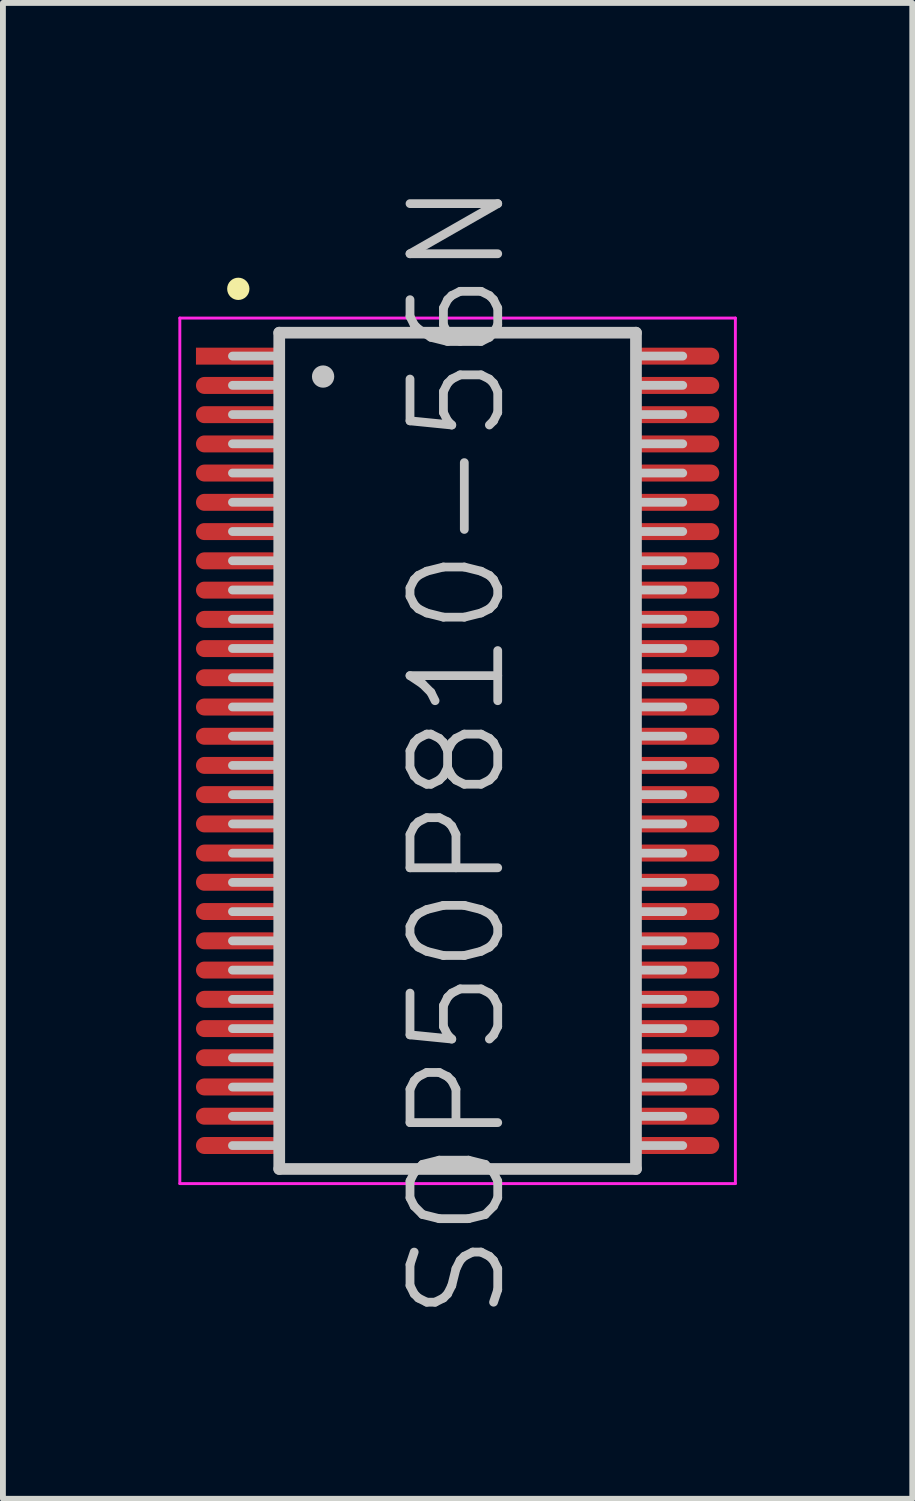
<source format=kicad_pcb>
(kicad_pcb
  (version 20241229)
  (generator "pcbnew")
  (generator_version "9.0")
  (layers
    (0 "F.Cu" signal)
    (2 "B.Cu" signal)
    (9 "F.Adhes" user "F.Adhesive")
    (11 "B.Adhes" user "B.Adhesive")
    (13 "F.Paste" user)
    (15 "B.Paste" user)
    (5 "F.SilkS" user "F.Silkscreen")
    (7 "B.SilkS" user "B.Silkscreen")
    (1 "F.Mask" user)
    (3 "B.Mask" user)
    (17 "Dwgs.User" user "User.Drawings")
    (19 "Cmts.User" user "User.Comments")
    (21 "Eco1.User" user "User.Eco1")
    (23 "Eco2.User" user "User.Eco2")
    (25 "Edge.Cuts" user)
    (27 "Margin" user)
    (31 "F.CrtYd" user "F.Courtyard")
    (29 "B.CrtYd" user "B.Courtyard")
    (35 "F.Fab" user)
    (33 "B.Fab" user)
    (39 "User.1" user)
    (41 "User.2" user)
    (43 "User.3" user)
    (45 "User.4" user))
  (footprint "SOP50P810-56N"
    (layer "F.Cu")
    (at 4.775 9.789)
    (property "Reference" "SOP50P810-56N" (at 0 0 90) (layer "Dwgs.User") (effects (font (size 1.5 1.5) (thickness 0.15))))
    (attr smd)
    (fp_line (start -3.75 -7.9) (end -3.75 -7.9) (stroke (width 0.381) (type solid)) (layer "F.SilkS"))
    (fp_line (start -3.05 -7.15) (end -3.05 7.15) (stroke (width 0.2) (type solid)) (layer "Dwgs.User"))
    (fp_line (start -3.05 -7.15) (end 3.05 -7.15) (stroke (width 0.2) (type solid)) (layer "Dwgs.User"))
    (fp_line (start -3.05 -6.75) (end -3.85 -6.75) (stroke (width 0.15) (type solid)) (layer "Dwgs.User"))
    (fp_line (start -3.05 -6.25) (end -3.85 -6.25) (stroke (width 0.15) (type solid)) (layer "Dwgs.User"))
    (fp_line (start -3.05 -5.75) (end -3.85 -5.75) (stroke (width 0.15) (type solid)) (layer "Dwgs.User"))
    (fp_line (start -3.05 -5.25) (end -3.85 -5.25) (stroke (width 0.15) (type solid)) (layer "Dwgs.User"))
    (fp_line (start -3.05 -4.75) (end -3.85 -4.75) (stroke (width 0.15) (type solid)) (layer "Dwgs.User"))
    (fp_line (start -3.05 -4.25) (end -3.85 -4.25) (stroke (width 0.15) (type solid)) (layer "Dwgs.User"))
    (fp_line (start -3.05 -3.75) (end -3.85 -3.75) (stroke (width 0.15) (type solid)) (layer "Dwgs.User"))
    (fp_line (start -3.05 -3.25) (end -3.85 -3.25) (stroke (width 0.15) (type solid)) (layer "Dwgs.User"))
    (fp_line (start -3.05 -2.75) (end -3.85 -2.75) (stroke (width 0.15) (type solid)) (layer "Dwgs.User"))
    (fp_line (start -3.05 -2.25) (end -3.85 -2.25) (stroke (width 0.15) (type solid)) (layer "Dwgs.User"))
    (fp_line (start -3.05 -1.75) (end -3.85 -1.75) (stroke (width 0.15) (type solid)) (layer "Dwgs.User"))
    (fp_line (start -3.05 -1.25) (end -3.85 -1.25) (stroke (width 0.15) (type solid)) (layer "Dwgs.User"))
    (fp_line (start -3.05 -0.75) (end -3.85 -0.75) (stroke (width 0.15) (type solid)) (layer "Dwgs.User"))
    (fp_line (start -3.05 -0.25) (end -3.85 -0.25) (stroke (width 0.15) (type solid)) (layer "Dwgs.User"))
    (fp_line (start -3.05 0.25) (end -3.85 0.25) (stroke (width 0.15) (type solid)) (layer "Dwgs.User"))
    (fp_line (start -3.05 0.75) (end -3.85 0.75) (stroke (width 0.15) (type solid)) (layer "Dwgs.User"))
    (fp_line (start -3.05 1.25) (end -3.85 1.25) (stroke (width 0.15) (type solid)) (layer "Dwgs.User"))
    (fp_line (start -3.05 1.75) (end -3.85 1.75) (stroke (width 0.15) (type solid)) (layer "Dwgs.User"))
    (fp_line (start -3.05 2.25) (end -3.85 2.25) (stroke (width 0.15) (type solid)) (layer "Dwgs.User"))
    (fp_line (start -3.05 2.75) (end -3.85 2.75) (stroke (width 0.15) (type solid)) (layer "Dwgs.User"))
    (fp_line (start -3.05 3.25) (end -3.85 3.25) (stroke (width 0.15) (type solid)) (layer "Dwgs.User"))
    (fp_line (start -3.05 3.75) (end -3.85 3.75) (stroke (width 0.15) (type solid)) (layer "Dwgs.User"))
    (fp_line (start -3.05 4.25) (end -3.85 4.25) (stroke (width 0.15) (type solid)) (layer "Dwgs.User"))
    (fp_line (start -3.05 4.75) (end -3.85 4.75) (stroke (width 0.15) (type solid)) (layer "Dwgs.User"))
    (fp_line (start -3.05 5.25) (end -3.85 5.25) (stroke (width 0.15) (type solid)) (layer "Dwgs.User"))
    (fp_line (start -3.05 5.75) (end -3.85 5.75) (stroke (width 0.15) (type solid)) (layer "Dwgs.User"))
    (fp_line (start -3.05 6.25) (end -3.85 6.25) (stroke (width 0.15) (type solid)) (layer "Dwgs.User"))
    (fp_line (start -3.05 6.75) (end -3.85 6.75) (stroke (width 0.15) (type solid)) (layer "Dwgs.User"))
    (fp_line (start -3.05 7.15) (end 3.05 7.15) (stroke (width 0.2) (type solid)) (layer "Dwgs.User"))
    (fp_line (start -2.3 -6.4) (end -2.3 -6.4) (stroke (width 0.381) (type solid)) (layer "Dwgs.User"))
    (fp_line (start 3.05 -7.15) (end 3.05 7.15) (stroke (width 0.2) (type solid)) (layer "Dwgs.User"))
    (fp_line (start 3.85 -6.75) (end 3.05 -6.75) (stroke (width 0.15) (type solid)) (layer "Dwgs.User"))
    (fp_line (start 3.85 -6.25) (end 3.05 -6.25) (stroke (width 0.15) (type solid)) (layer "Dwgs.User"))
    (fp_line (start 3.85 -5.75) (end 3.05 -5.75) (stroke (width 0.15) (type solid)) (layer "Dwgs.User"))
    (fp_line (start 3.85 -5.25) (end 3.05 -5.25) (stroke (width 0.15) (type solid)) (layer "Dwgs.User"))
    (fp_line (start 3.85 -4.75) (end 3.05 -4.75) (stroke (width 0.15) (type solid)) (layer "Dwgs.User"))
    (fp_line (start 3.85 -4.25) (end 3.05 -4.25) (stroke (width 0.15) (type solid)) (layer "Dwgs.User"))
    (fp_line (start 3.85 -3.75) (end 3.05 -3.75) (stroke (width 0.15) (type solid)) (layer "Dwgs.User"))
    (fp_line (start 3.85 -3.25) (end 3.05 -3.25) (stroke (width 0.15) (type solid)) (layer "Dwgs.User"))
    (fp_line (start 3.85 -2.75) (end 3.05 -2.75) (stroke (width 0.15) (type solid)) (layer "Dwgs.User"))
    (fp_line (start 3.85 -2.25) (end 3.05 -2.25) (stroke (width 0.15) (type solid)) (layer "Dwgs.User"))
    (fp_line (start 3.85 -1.75) (end 3.05 -1.75) (stroke (width 0.15) (type solid)) (layer "Dwgs.User"))
    (fp_line (start 3.85 -1.25) (end 3.05 -1.25) (stroke (width 0.15) (type solid)) (layer "Dwgs.User"))
    (fp_line (start 3.85 -0.75) (end 3.05 -0.75) (stroke (width 0.15) (type solid)) (layer "Dwgs.User"))
    (fp_line (start 3.85 -0.25) (end 3.05 -0.25) (stroke (width 0.15) (type solid)) (layer "Dwgs.User"))
    (fp_line (start 3.85 0.25) (end 3.05 0.25) (stroke (width 0.15) (type solid)) (layer "Dwgs.User"))
    (fp_line (start 3.85 0.75) (end 3.05 0.75) (stroke (width 0.15) (type solid)) (layer "Dwgs.User"))
    (fp_line (start 3.85 1.25) (end 3.05 1.25) (stroke (width 0.15) (type solid)) (layer "Dwgs.User"))
    (fp_line (start 3.85 1.75) (end 3.05 1.75) (stroke (width 0.15) (type solid)) (layer "Dwgs.User"))
    (fp_line (start 3.85 2.25) (end 3.05 2.25) (stroke (width 0.15) (type solid)) (layer "Dwgs.User"))
    (fp_line (start 3.85 2.75) (end 3.05 2.75) (stroke (width 0.15) (type solid)) (layer "Dwgs.User"))
    (fp_line (start 3.85 3.25) (end 3.05 3.25) (stroke (width 0.15) (type solid)) (layer "Dwgs.User"))
    (fp_line (start 3.85 3.75) (end 3.05 3.75) (stroke (width 0.15) (type solid)) (layer "Dwgs.User"))
    (fp_line (start 3.85 4.25) (end 3.05 4.25) (stroke (width 0.15) (type solid)) (layer "Dwgs.User"))
    (fp_line (start 3.85 4.75) (end 3.05 4.75) (stroke (width 0.15) (type solid)) (layer "Dwgs.User"))
    (fp_line (start 3.85 5.25) (end 3.05 5.25) (stroke (width 0.15) (type solid)) (layer "Dwgs.User"))
    (fp_line (start 3.85 5.75) (end 3.05 5.75) (stroke (width 0.15) (type solid)) (layer "Dwgs.User"))
    (fp_line (start 3.85 6.25) (end 3.05 6.25) (stroke (width 0.15) (type solid)) (layer "Dwgs.User"))
    (fp_line (start 3.85 6.75) (end 3.05 6.75) (stroke (width 0.15) (type solid)) (layer "Dwgs.User"))
    (fp_line (start -4.75 -7.4) (end -4.75 7.4) (stroke (width 0.05) (type solid)) (layer "F.CrtYd"))
    (fp_line (start -4.75 -7.4) (end 4.75 -7.4) (stroke (width 0.05) (type solid)) (layer "F.CrtYd"))
    (fp_line (start -4.75 7.4) (end 4.75 7.4) (stroke (width 0.05) (type solid)) (layer "F.CrtYd"))
    (fp_line (start 4.75 -7.4) (end 4.75 7.4) (stroke (width 0.05) (type solid)) (layer "F.CrtYd"))
    (pad "1" smd rect (at -3.749 -6.749 90) (size 0.29 1.45) (layers "F.Cu" "F.Mask" "F.Paste"))
    (pad "2" smd oval (at -3.749 -6.248 90) (size 0.29 1.45) (layers "F.Cu" "F.Mask" "F.Paste"))
    (pad "3" smd oval (at -3.749 -5.748 90) (size 0.29 1.45) (layers "F.Cu" "F.Mask" "F.Paste"))
    (pad "4" smd oval (at -3.749 -5.248 90) (size 0.29 1.45) (layers "F.Cu" "F.Mask" "F.Paste"))
    (pad "5" smd oval (at -3.749 -4.75 90) (size 0.29 1.45) (layers "F.Cu" "F.Mask" "F.Paste"))
    (pad "6" smd oval (at -3.749 -4.249 90) (size 0.29 1.45) (layers "F.Cu" "F.Mask" "F.Paste"))
    (pad "7" smd oval (at -3.749 -3.749 90) (size 0.29 1.45) (layers "F.Cu" "F.Mask" "F.Paste"))
    (pad "8" smd oval (at -3.749 -3.249 90) (size 0.29 1.45) (layers "F.Cu" "F.Mask" "F.Paste"))
    (pad "9" smd oval (at -3.749 -2.748 90) (size 0.29 1.45) (layers "F.Cu" "F.Mask" "F.Paste"))
    (pad "10" smd oval (at -3.749 -2.248 90) (size 0.29 1.45) (layers "F.Cu" "F.Mask" "F.Paste"))
    (pad "11" smd oval (at -3.749 -1.748 90) (size 0.29 1.45) (layers "F.Cu" "F.Mask" "F.Paste"))
    (pad "12" smd oval (at -3.749 -1.25 90) (size 0.29 1.45) (layers "F.Cu" "F.Mask" "F.Paste"))
    (pad "13" smd oval (at -3.749 -0.749 90) (size 0.29 1.45) (layers "F.Cu" "F.Mask" "F.Paste"))
    (pad "14" smd oval (at -3.749 -0.249 90) (size 0.29 1.45) (layers "F.Cu" "F.Mask" "F.Paste"))
    (pad "15" smd oval (at -3.749 0.249 90) (size 0.29 1.45) (layers "F.Cu" "F.Mask" "F.Paste"))
    (pad "16" smd oval (at -3.749 0.749 90) (size 0.29 1.45) (layers "F.Cu" "F.Mask" "F.Paste"))
    (pad "17" smd oval (at -3.749 1.25 90) (size 0.29 1.45) (layers "F.Cu" "F.Mask" "F.Paste"))
    (pad "18" smd oval (at -3.749 1.748 90) (size 0.29 1.45) (layers "F.Cu" "F.Mask" "F.Paste"))
    (pad "19" smd oval (at -3.749 2.248 90) (size 0.29 1.45) (layers "F.Cu" "F.Mask" "F.Paste"))
    (pad "20" smd oval (at -3.749 2.748 90) (size 0.29 1.45) (layers "F.Cu" "F.Mask" "F.Paste"))
    (pad "21" smd oval (at -3.749 3.249 90) (size 0.29 1.45) (layers "F.Cu" "F.Mask" "F.Paste"))
    (pad "22" smd oval (at -3.749 3.749 90) (size 0.29 1.45) (layers "F.Cu" "F.Mask" "F.Paste"))
    (pad "23" smd oval (at -3.749 4.249 90) (size 0.29 1.45) (layers "F.Cu" "F.Mask" "F.Paste"))
    (pad "24" smd oval (at -3.749 4.75 90) (size 0.29 1.45) (layers "F.Cu" "F.Mask" "F.Paste"))
    (pad "25" smd oval (at -3.749 5.248 90) (size 0.29 1.45) (layers "F.Cu" "F.Mask" "F.Paste"))
    (pad "26" smd oval (at -3.749 5.748 90) (size 0.29 1.45) (layers "F.Cu" "F.Mask" "F.Paste"))
    (pad "27" smd oval (at -3.749 6.248 90) (size 0.29 1.45) (layers "F.Cu" "F.Mask" "F.Paste"))
    (pad "28" smd oval (at -3.749 6.749 90) (size 0.29 1.45) (layers "F.Cu" "F.Mask" "F.Paste"))
    (pad "29" smd oval (at 3.749 6.749 270) (size 0.29 1.45) (layers "F.Cu" "F.Mask" "F.Paste"))
    (pad "30" smd oval (at 3.749 6.248 270) (size 0.29 1.45) (layers "F.Cu" "F.Mask" "F.Paste"))
    (pad "31" smd oval (at 3.749 5.748 270) (size 0.29 1.45) (layers "F.Cu" "F.Mask" "F.Paste"))
    (pad "32" smd oval (at 3.749 5.248 270) (size 0.29 1.45) (layers "F.Cu" "F.Mask" "F.Paste"))
    (pad "33" smd oval (at 3.749 4.75 270) (size 0.29 1.45) (layers "F.Cu" "F.Mask" "F.Paste"))
    (pad "34" smd oval (at 3.749 4.249 270) (size 0.29 1.45) (layers "F.Cu" "F.Mask" "F.Paste"))
    (pad "35" smd oval (at 3.749 3.749 270) (size 0.29 1.45) (layers "F.Cu" "F.Mask" "F.Paste"))
    (pad "36" smd oval (at 3.749 3.249 270) (size 0.29 1.45) (layers "F.Cu" "F.Mask" "F.Paste"))
    (pad "37" smd oval (at 3.749 2.748 270) (size 0.29 1.45) (layers "F.Cu" "F.Mask" "F.Paste"))
    (pad "38" smd oval (at 3.749 2.248 270) (size 0.29 1.45) (layers "F.Cu" "F.Mask" "F.Paste"))
    (pad "39" smd oval (at 3.749 1.748 270) (size 0.29 1.45) (layers "F.Cu" "F.Mask" "F.Paste"))
    (pad "40" smd oval (at 3.749 1.25 270) (size 0.29 1.45) (layers "F.Cu" "F.Mask" "F.Paste"))
    (pad "41" smd oval (at 3.749 0.749 270) (size 0.29 1.45) (layers "F.Cu" "F.Mask" "F.Paste"))
    (pad "42" smd oval (at 3.749 0.249 270) (size 0.29 1.45) (layers "F.Cu" "F.Mask" "F.Paste"))
    (pad "43" smd oval (at 3.749 -0.249 270) (size 0.29 1.45) (layers "F.Cu" "F.Mask" "F.Paste"))
    (pad "44" smd oval (at 3.749 -0.749 270) (size 0.29 1.45) (layers "F.Cu" "F.Mask" "F.Paste"))
    (pad "45" smd oval (at 3.749 -1.25 270) (size 0.29 1.45) (layers "F.Cu" "F.Mask" "F.Paste"))
    (pad "46" smd oval (at 3.749 -1.748 270) (size 0.29 1.45) (layers "F.Cu" "F.Mask" "F.Paste"))
    (pad "47" smd oval (at 3.749 -2.248 270) (size 0.29 1.45) (layers "F.Cu" "F.Mask" "F.Paste"))
    (pad "48" smd oval (at 3.749 -2.748 270) (size 0.29 1.45) (layers "F.Cu" "F.Mask" "F.Paste"))
    (pad "49" smd oval (at 3.749 -3.249 270) (size 0.29 1.45) (layers "F.Cu" "F.Mask" "F.Paste"))
    (pad "50" smd oval (at 3.749 -3.749 270) (size 0.29 1.45) (layers "F.Cu" "F.Mask" "F.Paste"))
    (pad "51" smd oval (at 3.749 -4.249 270) (size 0.29 1.45) (layers "F.Cu" "F.Mask" "F.Paste"))
    (pad "52" smd oval (at 3.749 -4.75 270) (size 0.29 1.45) (layers "F.Cu" "F.Mask" "F.Paste"))
    (pad "53" smd oval (at 3.749 -5.248 270) (size 0.29 1.45) (layers "F.Cu" "F.Mask" "F.Paste"))
    (pad "54" smd oval (at 3.749 -5.748 270) (size 0.29 1.45) (layers "F.Cu" "F.Mask" "F.Paste"))
    (pad "55" smd oval (at 3.749 -6.248 270) (size 0.29 1.45) (layers "F.Cu" "F.Mask" "F.Paste"))
    (pad "56" smd oval (at 3.749 -6.749 270) (size 0.29 1.45) (layers "F.Cu" "F.Mask" "F.Paste")))
  (gr_rect
    (start -3 -3)
    (end 12.55 22.579)
    (stroke (width 0.1) (type default))
    (fill no)
    (layer "Edge.Cuts")))
</source>
